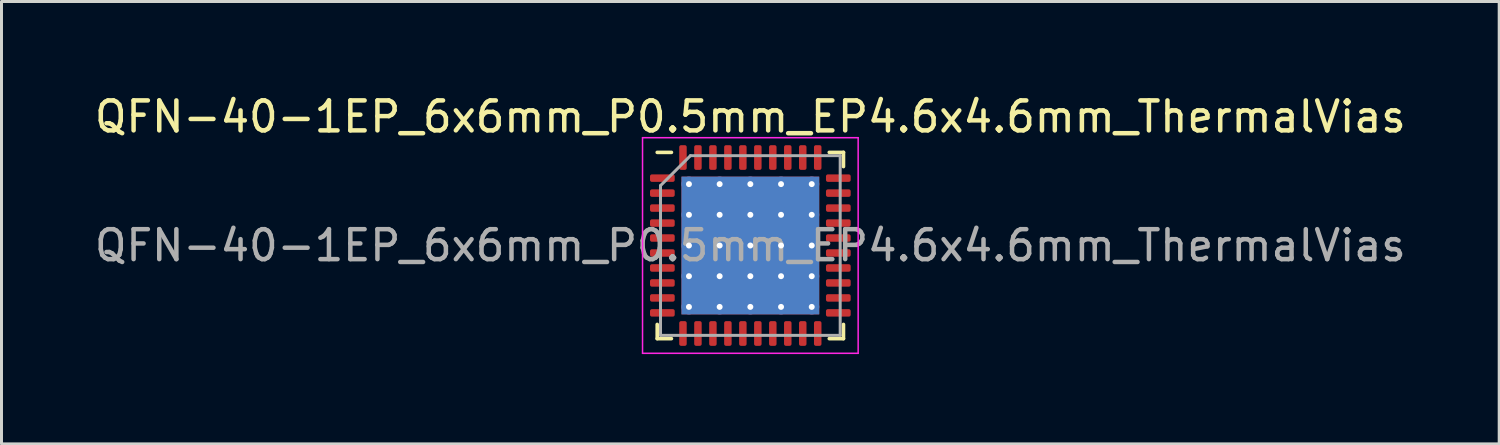
<source format=kicad_pcb>
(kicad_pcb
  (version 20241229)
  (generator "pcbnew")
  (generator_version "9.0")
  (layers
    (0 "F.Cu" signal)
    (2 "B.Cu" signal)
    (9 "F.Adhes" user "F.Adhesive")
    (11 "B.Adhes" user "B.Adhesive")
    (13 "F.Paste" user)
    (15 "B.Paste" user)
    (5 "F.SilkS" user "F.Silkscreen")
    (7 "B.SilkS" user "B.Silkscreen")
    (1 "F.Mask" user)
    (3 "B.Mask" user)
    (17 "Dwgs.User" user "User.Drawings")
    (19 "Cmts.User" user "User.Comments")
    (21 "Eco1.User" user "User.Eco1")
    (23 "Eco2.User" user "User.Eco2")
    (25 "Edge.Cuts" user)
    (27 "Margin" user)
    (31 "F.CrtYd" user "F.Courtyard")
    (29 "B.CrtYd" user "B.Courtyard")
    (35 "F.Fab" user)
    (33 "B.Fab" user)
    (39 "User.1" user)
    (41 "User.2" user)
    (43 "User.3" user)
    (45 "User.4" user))
  (footprint "QFN-40-1EP_6x6mm_P0.5mm_EP4.6x4.6mm_ThermalVias"
    (layer "F.Cu")
    (at 22.006 5.148)
    (property "Reference" "QFN-40-1EP_6x6mm_P0.5mm_EP4.6x4.6mm_ThermalVias" (at 0 -4.3 0) (layer "F.SilkS") (effects (font (size 1 1) (thickness 0.15))))
    (attr smd)
    (fp_line (start -3.11 3.11) (end -3.11 2.635) (stroke (width 0.12) (type solid)) (layer "F.SilkS"))
    (fp_line (start -2.635 -3.11) (end -3.11 -3.11) (stroke (width 0.12) (type solid)) (layer "F.SilkS"))
    (fp_line (start -2.635 3.11) (end -3.11 3.11) (stroke (width 0.12) (type solid)) (layer "F.SilkS"))
    (fp_line (start 2.635 -3.11) (end 3.11 -3.11) (stroke (width 0.12) (type solid)) (layer "F.SilkS"))
    (fp_line (start 2.635 3.11) (end 3.11 3.11) (stroke (width 0.12) (type solid)) (layer "F.SilkS"))
    (fp_line (start 3.11 -3.11) (end 3.11 -2.635) (stroke (width 0.12) (type solid)) (layer "F.SilkS"))
    (fp_line (start 3.11 3.11) (end 3.11 2.635) (stroke (width 0.12) (type solid)) (layer "F.SilkS"))
    (fp_line (start -3.6 -3.6) (end -3.6 3.6) (stroke (width 0.05) (type solid)) (layer "F.CrtYd"))
    (fp_line (start -3.6 3.6) (end 3.6 3.6) (stroke (width 0.05) (type solid)) (layer "F.CrtYd"))
    (fp_line (start 3.6 -3.6) (end -3.6 -3.6) (stroke (width 0.05) (type solid)) (layer "F.CrtYd"))
    (fp_line (start 3.6 3.6) (end 3.6 -3.6) (stroke (width 0.05) (type solid)) (layer "F.CrtYd"))
    (fp_line (start -3 -2) (end -2 -3) (stroke (width 0.1) (type solid)) (layer "F.Fab"))
    (fp_line (start -3 3) (end -3 -2) (stroke (width 0.1) (type solid)) (layer "F.Fab"))
    (fp_line (start -2 -3) (end 3 -3) (stroke (width 0.1) (type solid)) (layer "F.Fab"))
    (fp_line (start 3 -3) (end 3 3) (stroke (width 0.1) (type solid)) (layer "F.Fab"))
    (fp_line (start 3 3) (end -3 3) (stroke (width 0.1) (type solid)) (layer "F.Fab"))
    (fp_text user "${REFERENCE}" (at 0 0 0) (layer "F.Fab") (effects (font (size 1 1) (thickness 0.15))))
    (pad "" smd custom (at -1.538 -1.538) (size 0.786 0.786) (layers "F.Paste") (options (anchor circle)) (primitives (gr_poly (pts (xy -0.34 -0.253) (xy -0.253 -0.34) (xy 0.253 -0.34) (xy 0.34 -0.253) (xy 0.34 0.253) (xy 0.253 0.34) (xy -0.253 0.34) (xy -0.34 0.253)) (width 0.21) (fill yes))))
    (pad "" smd custom (at -1.538 -0.512) (size 0.786 0.786) (layers "F.Paste") (options (anchor circle)) (primitives (gr_poly (pts (xy -0.34 -0.253) (xy -0.253 -0.34) (xy 0.253 -0.34) (xy 0.34 -0.253) (xy 0.34 0.253) (xy 0.253 0.34) (xy -0.253 0.34) (xy -0.34 0.253)) (width 0.21) (fill yes))))
    (pad "" smd custom (at -1.538 0.512) (size 0.786 0.786) (layers "F.Paste") (options (anchor circle)) (primitives (gr_poly (pts (xy -0.34 -0.253) (xy -0.253 -0.34) (xy 0.253 -0.34) (xy 0.34 -0.253) (xy 0.34 0.253) (xy 0.253 0.34) (xy -0.253 0.34) (xy -0.34 0.253)) (width 0.21) (fill yes))))
    (pad "" smd custom (at -1.538 1.538) (size 0.786 0.786) (layers "F.Paste") (options (anchor circle)) (primitives (gr_poly (pts (xy -0.34 -0.253) (xy -0.253 -0.34) (xy 0.253 -0.34) (xy 0.34 -0.253) (xy 0.34 0.253) (xy 0.253 0.34) (xy -0.253 0.34) (xy -0.34 0.253)) (width 0.21) (fill yes))))
    (pad "" smd custom (at -0.512 -1.538) (size 0.786 0.786) (layers "F.Paste") (options (anchor circle)) (primitives (gr_poly (pts (xy -0.34 -0.253) (xy -0.253 -0.34) (xy 0.253 -0.34) (xy 0.34 -0.253) (xy 0.34 0.253) (xy 0.253 0.34) (xy -0.253 0.34) (xy -0.34 0.253)) (width 0.21) (fill yes))))
    (pad "" smd custom (at -0.512 -0.512) (size 0.786 0.786) (layers "F.Paste") (options (anchor circle)) (primitives (gr_poly (pts (xy -0.34 -0.253) (xy -0.253 -0.34) (xy 0.253 -0.34) (xy 0.34 -0.253) (xy 0.34 0.253) (xy 0.253 0.34) (xy -0.253 0.34) (xy -0.34 0.253)) (width 0.21) (fill yes))))
    (pad "" smd custom (at -0.512 0.512) (size 0.786 0.786) (layers "F.Paste") (options (anchor circle)) (primitives (gr_poly (pts (xy -0.34 -0.253) (xy -0.253 -0.34) (xy 0.253 -0.34) (xy 0.34 -0.253) (xy 0.34 0.253) (xy 0.253 0.34) (xy -0.253 0.34) (xy -0.34 0.253)) (width 0.21) (fill yes))))
    (pad "" smd custom (at -0.512 1.538) (size 0.786 0.786) (layers "F.Paste") (options (anchor circle)) (primitives (gr_poly (pts (xy -0.34 -0.253) (xy -0.253 -0.34) (xy 0.253 -0.34) (xy 0.34 -0.253) (xy 0.34 0.253) (xy 0.253 0.34) (xy -0.253 0.34) (xy -0.34 0.253)) (width 0.21) (fill yes))))
    (pad "" smd custom (at 0.512 -1.538) (size 0.786 0.786) (layers "F.Paste") (options (anchor circle)) (primitives (gr_poly (pts (xy -0.34 -0.253) (xy -0.253 -0.34) (xy 0.253 -0.34) (xy 0.34 -0.253) (xy 0.34 0.253) (xy 0.253 0.34) (xy -0.253 0.34) (xy -0.34 0.253)) (width 0.21) (fill yes))))
    (pad "" smd custom (at 0.512 -0.512) (size 0.786 0.786) (layers "F.Paste") (options (anchor circle)) (primitives (gr_poly (pts (xy -0.34 -0.253) (xy -0.253 -0.34) (xy 0.253 -0.34) (xy 0.34 -0.253) (xy 0.34 0.253) (xy 0.253 0.34) (xy -0.253 0.34) (xy -0.34 0.253)) (width 0.21) (fill yes))))
    (pad "" smd custom (at 0.512 0.512) (size 0.786 0.786) (layers "F.Paste") (options (anchor circle)) (primitives (gr_poly (pts (xy -0.34 -0.253) (xy -0.253 -0.34) (xy 0.253 -0.34) (xy 0.34 -0.253) (xy 0.34 0.253) (xy 0.253 0.34) (xy -0.253 0.34) (xy -0.34 0.253)) (width 0.21) (fill yes))))
    (pad "" smd custom (at 0.512 1.538) (size 0.786 0.786) (layers "F.Paste") (options (anchor circle)) (primitives (gr_poly (pts (xy -0.34 -0.253) (xy -0.253 -0.34) (xy 0.253 -0.34) (xy 0.34 -0.253) (xy 0.34 0.253) (xy 0.253 0.34) (xy -0.253 0.34) (xy -0.34 0.253)) (width 0.21) (fill yes))))
    (pad "" smd custom (at 1.538 -1.538) (size 0.786 0.786) (layers "F.Paste") (options (anchor circle)) (primitives (gr_poly (pts (xy -0.34 -0.253) (xy -0.253 -0.34) (xy 0.253 -0.34) (xy 0.34 -0.253) (xy 0.34 0.253) (xy 0.253 0.34) (xy -0.253 0.34) (xy -0.34 0.253)) (width 0.21) (fill yes))))
    (pad "" smd custom (at 1.538 -0.512) (size 0.786 0.786) (layers "F.Paste") (options (anchor circle)) (primitives (gr_poly (pts (xy -0.34 -0.253) (xy -0.253 -0.34) (xy 0.253 -0.34) (xy 0.34 -0.253) (xy 0.34 0.253) (xy 0.253 0.34) (xy -0.253 0.34) (xy -0.34 0.253)) (width 0.21) (fill yes))))
    (pad "" smd custom (at 1.538 0.512) (size 0.786 0.786) (layers "F.Paste") (options (anchor circle)) (primitives (gr_poly (pts (xy -0.34 -0.253) (xy -0.253 -0.34) (xy 0.253 -0.34) (xy 0.34 -0.253) (xy 0.34 0.253) (xy 0.253 0.34) (xy -0.253 0.34) (xy -0.34 0.253)) (width 0.21) (fill yes))))
    (pad "" smd custom (at 1.538 1.538) (size 0.786 0.786) (layers "F.Paste") (options (anchor circle)) (primitives (gr_poly (pts (xy -0.34 -0.253) (xy -0.253 -0.34) (xy 0.253 -0.34) (xy 0.34 -0.253) (xy 0.34 0.253) (xy 0.253 0.34) (xy -0.253 0.34) (xy -0.34 0.253)) (width 0.21) (fill yes))))
    (pad "1" smd roundrect (at -2.938 -2.25) (size 0.825 0.25) (layers "F.Cu" "F.Mask" "F.Paste") (roundrect_rratio 0.25))
    (pad "2" smd roundrect (at -2.938 -1.75) (size 0.825 0.25) (layers "F.Cu" "F.Mask" "F.Paste") (roundrect_rratio 0.25))
    (pad "3" smd roundrect (at -2.938 -1.25) (size 0.825 0.25) (layers "F.Cu" "F.Mask" "F.Paste") (roundrect_rratio 0.25))
    (pad "4" smd roundrect (at -2.938 -0.75) (size 0.825 0.25) (layers "F.Cu" "F.Mask" "F.Paste") (roundrect_rratio 0.25))
    (pad "5" smd roundrect (at -2.938 -0.25) (size 0.825 0.25) (layers "F.Cu" "F.Mask" "F.Paste") (roundrect_rratio 0.25))
    (pad "6" smd roundrect (at -2.938 0.25) (size 0.825 0.25) (layers "F.Cu" "F.Mask" "F.Paste") (roundrect_rratio 0.25))
    (pad "7" smd roundrect (at -2.938 0.75) (size 0.825 0.25) (layers "F.Cu" "F.Mask" "F.Paste") (roundrect_rratio 0.25))
    (pad "8" smd roundrect (at -2.938 1.25) (size 0.825 0.25) (layers "F.Cu" "F.Mask" "F.Paste") (roundrect_rratio 0.25))
    (pad "9" smd roundrect (at -2.938 1.75) (size 0.825 0.25) (layers "F.Cu" "F.Mask" "F.Paste") (roundrect_rratio 0.25))
    (pad "10" smd roundrect (at -2.938 2.25) (size 0.825 0.25) (layers "F.Cu" "F.Mask" "F.Paste") (roundrect_rratio 0.25))
    (pad "11" smd roundrect (at -2.25 2.938) (size 0.25 0.825) (layers "F.Cu" "F.Mask" "F.Paste") (roundrect_rratio 0.25))
    (pad "12" smd roundrect (at -1.75 2.938) (size 0.25 0.825) (layers "F.Cu" "F.Mask" "F.Paste") (roundrect_rratio 0.25))
    (pad "13" smd roundrect (at -1.25 2.938) (size 0.25 0.825) (layers "F.Cu" "F.Mask" "F.Paste") (roundrect_rratio 0.25))
    (pad "14" smd roundrect (at -0.75 2.938) (size 0.25 0.825) (layers "F.Cu" "F.Mask" "F.Paste") (roundrect_rratio 0.25))
    (pad "15" smd roundrect (at -0.25 2.938) (size 0.25 0.825) (layers "F.Cu" "F.Mask" "F.Paste") (roundrect_rratio 0.25))
    (pad "16" smd roundrect (at 0.25 2.938) (size 0.25 0.825) (layers "F.Cu" "F.Mask" "F.Paste") (roundrect_rratio 0.25))
    (pad "17" smd roundrect (at 0.75 2.938) (size 0.25 0.825) (layers "F.Cu" "F.Mask" "F.Paste") (roundrect_rratio 0.25))
    (pad "18" smd roundrect (at 1.25 2.938) (size 0.25 0.825) (layers "F.Cu" "F.Mask" "F.Paste") (roundrect_rratio 0.25))
    (pad "19" smd roundrect (at 1.75 2.938) (size 0.25 0.825) (layers "F.Cu" "F.Mask" "F.Paste") (roundrect_rratio 0.25))
    (pad "20" smd roundrect (at 2.25 2.938) (size 0.25 0.825) (layers "F.Cu" "F.Mask" "F.Paste") (roundrect_rratio 0.25))
    (pad "21" smd roundrect (at 2.938 2.25) (size 0.825 0.25) (layers "F.Cu" "F.Mask" "F.Paste") (roundrect_rratio 0.25))
    (pad "22" smd roundrect (at 2.938 1.75) (size 0.825 0.25) (layers "F.Cu" "F.Mask" "F.Paste") (roundrect_rratio 0.25))
    (pad "23" smd roundrect (at 2.938 1.25) (size 0.825 0.25) (layers "F.Cu" "F.Mask" "F.Paste") (roundrect_rratio 0.25))
    (pad "24" smd roundrect (at 2.938 0.75) (size 0.825 0.25) (layers "F.Cu" "F.Mask" "F.Paste") (roundrect_rratio 0.25))
    (pad "25" smd roundrect (at 2.938 0.25) (size 0.825 0.25) (layers "F.Cu" "F.Mask" "F.Paste") (roundrect_rratio 0.25))
    (pad "26" smd roundrect (at 2.938 -0.25) (size 0.825 0.25) (layers "F.Cu" "F.Mask" "F.Paste") (roundrect_rratio 0.25))
    (pad "27" smd roundrect (at 2.938 -0.75) (size 0.825 0.25) (layers "F.Cu" "F.Mask" "F.Paste") (roundrect_rratio 0.25))
    (pad "28" smd roundrect (at 2.938 -1.25) (size 0.825 0.25) (layers "F.Cu" "F.Mask" "F.Paste") (roundrect_rratio 0.25))
    (pad "29" smd roundrect (at 2.938 -1.75) (size 0.825 0.25) (layers "F.Cu" "F.Mask" "F.Paste") (roundrect_rratio 0.25))
    (pad "30" smd roundrect (at 2.938 -2.25) (size 0.825 0.25) (layers "F.Cu" "F.Mask" "F.Paste") (roundrect_rratio 0.25))
    (pad "31" smd roundrect (at 2.25 -2.938) (size 0.25 0.825) (layers "F.Cu" "F.Mask" "F.Paste") (roundrect_rratio 0.25))
    (pad "32" smd roundrect (at 1.75 -2.938) (size 0.25 0.825) (layers "F.Cu" "F.Mask" "F.Paste") (roundrect_rratio 0.25))
    (pad "33" smd roundrect (at 1.25 -2.938) (size 0.25 0.825) (layers "F.Cu" "F.Mask" "F.Paste") (roundrect_rratio 0.25))
    (pad "34" smd roundrect (at 0.75 -2.938) (size 0.25 0.825) (layers "F.Cu" "F.Mask" "F.Paste") (roundrect_rratio 0.25))
    (pad "35" smd roundrect (at 0.25 -2.938) (size 0.25 0.825) (layers "F.Cu" "F.Mask" "F.Paste") (roundrect_rratio 0.25))
    (pad "36" smd roundrect (at -0.25 -2.938) (size 0.25 0.825) (layers "F.Cu" "F.Mask" "F.Paste") (roundrect_rratio 0.25))
    (pad "37" smd roundrect (at -0.75 -2.938) (size 0.25 0.825) (layers "F.Cu" "F.Mask" "F.Paste") (roundrect_rratio 0.25))
    (pad "38" smd roundrect (at -1.25 -2.938) (size 0.25 0.825) (layers "F.Cu" "F.Mask" "F.Paste") (roundrect_rratio 0.25))
    (pad "39" smd roundrect (at -1.75 -2.938) (size 0.25 0.825) (layers "F.Cu" "F.Mask" "F.Paste") (roundrect_rratio 0.25))
    (pad "40" smd roundrect (at -2.25 -2.938) (size 0.25 0.825) (layers "F.Cu" "F.Mask" "F.Paste") (roundrect_rratio 0.25))
    (pad "41" thru_hole circle (at -2.05 -2.05) (size 0.5 0.5) (drill 0.2) (layers "*.Cu"))
    (pad "41" thru_hole circle (at -2.05 -1.025) (size 0.5 0.5) (drill 0.2) (layers "*.Cu"))
    (pad "41" thru_hole circle (at -2.05 0) (size 0.5 0.5) (drill 0.2) (layers "*.Cu"))
    (pad "41" thru_hole circle (at -2.05 1.025) (size 0.5 0.5) (drill 0.2) (layers "*.Cu"))
    (pad "41" thru_hole circle (at -2.05 2.05) (size 0.5 0.5) (drill 0.2) (layers "*.Cu"))
    (pad "41" thru_hole circle (at -1.025 -2.05) (size 0.5 0.5) (drill 0.2) (layers "*.Cu"))
    (pad "41" thru_hole circle (at -1.025 -1.025) (size 0.5 0.5) (drill 0.2) (layers "*.Cu"))
    (pad "41" thru_hole circle (at -1.025 0) (size 0.5 0.5) (drill 0.2) (layers "*.Cu"))
    (pad "41" thru_hole circle (at -1.025 1.025) (size 0.5 0.5) (drill 0.2) (layers "*.Cu"))
    (pad "41" thru_hole circle (at -1.025 2.05) (size 0.5 0.5) (drill 0.2) (layers "*.Cu"))
    (pad "41" thru_hole circle (at 0 -2.05) (size 0.5 0.5) (drill 0.2) (layers "*.Cu"))
    (pad "41" thru_hole circle (at 0 -1.025) (size 0.5 0.5) (drill 0.2) (layers "*.Cu"))
    (pad "41" thru_hole circle (at 0 0) (size 0.5 0.5) (drill 0.2) (layers "*.Cu"))
    (pad "41" smd rect (at 0 0) (size 4.6 4.6) (layers "F.Cu" "F.Mask"))
    (pad "41" smd rect (at 0 0) (size 4.6 4.6) (layers "B.Cu"))
    (pad "41" thru_hole circle (at 0 1.025) (size 0.5 0.5) (drill 0.2) (layers "*.Cu"))
    (pad "41" thru_hole circle (at 0 2.05) (size 0.5 0.5) (drill 0.2) (layers "*.Cu"))
    (pad "41" thru_hole circle (at 1.025 -2.05) (size 0.5 0.5) (drill 0.2) (layers "*.Cu"))
    (pad "41" thru_hole circle (at 1.025 -1.025) (size 0.5 0.5) (drill 0.2) (layers "*.Cu"))
    (pad "41" thru_hole circle (at 1.025 0) (size 0.5 0.5) (drill 0.2) (layers "*.Cu"))
    (pad "41" thru_hole circle (at 1.025 1.025) (size 0.5 0.5) (drill 0.2) (layers "*.Cu"))
    (pad "41" thru_hole circle (at 1.025 2.05) (size 0.5 0.5) (drill 0.2) (layers "*.Cu"))
    (pad "41" thru_hole circle (at 2.05 -2.05) (size 0.5 0.5) (drill 0.2) (layers "*.Cu"))
    (pad "41" thru_hole circle (at 2.05 -1.025) (size 0.5 0.5) (drill 0.2) (layers "*.Cu"))
    (pad "41" thru_hole circle (at 2.05 0) (size 0.5 0.5) (drill 0.2) (layers "*.Cu"))
    (pad "41" thru_hole circle (at 2.05 1.025) (size 0.5 0.5) (drill 0.2) (layers "*.Cu"))
    (pad "41" thru_hole circle (at 2.05 2.05) (size 0.5 0.5) (drill 0.2) (layers "*.Cu")))
  (gr_rect
    (start -3 -3)
    (end 47.012 11.773)
    (stroke (width 0.1) (type default))
    (fill no)
    (layer "Edge.Cuts")))
</source>
